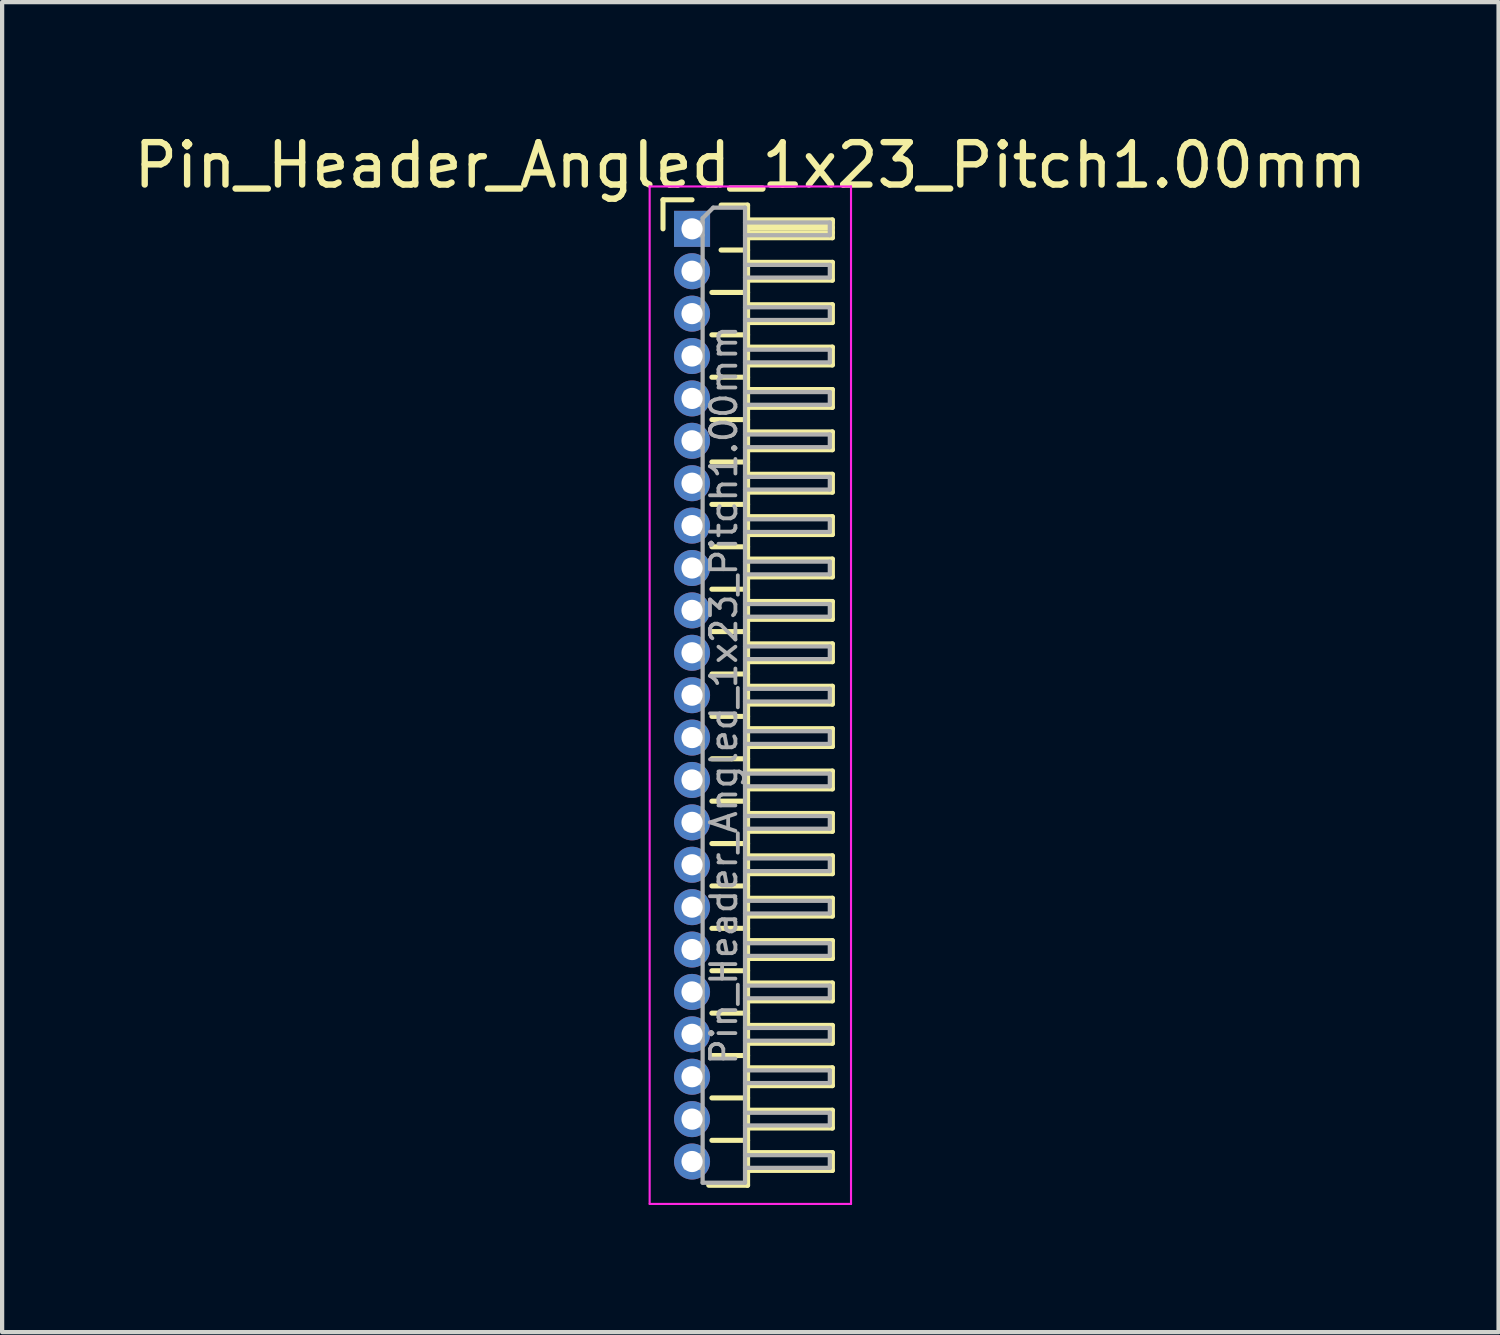
<source format=kicad_pcb>
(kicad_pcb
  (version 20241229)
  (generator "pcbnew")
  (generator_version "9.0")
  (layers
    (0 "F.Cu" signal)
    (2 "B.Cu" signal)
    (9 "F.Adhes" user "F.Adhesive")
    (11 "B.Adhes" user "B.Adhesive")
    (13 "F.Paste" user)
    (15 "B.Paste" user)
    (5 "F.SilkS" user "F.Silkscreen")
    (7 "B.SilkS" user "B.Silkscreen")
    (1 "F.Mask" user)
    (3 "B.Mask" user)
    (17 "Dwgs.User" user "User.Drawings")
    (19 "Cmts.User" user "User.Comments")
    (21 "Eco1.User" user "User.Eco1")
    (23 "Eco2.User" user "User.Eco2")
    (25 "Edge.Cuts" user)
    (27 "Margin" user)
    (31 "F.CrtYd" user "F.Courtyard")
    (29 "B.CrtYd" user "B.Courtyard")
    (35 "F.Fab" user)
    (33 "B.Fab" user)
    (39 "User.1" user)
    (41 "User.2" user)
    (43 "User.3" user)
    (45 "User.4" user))
  (footprint "Pin_Header_Angled_1x23_Pitch1.00mm"
    (layer "F.Cu")
    (at 13.274 2.348)
    (property "Reference" "Pin_Header_Angled_1x23_Pitch1.00mm" (at 1.375 -1.5 0) (layer "F.SilkS") (effects (font (size 1 1) (thickness 0.15))))
    (attr through_hole)
    (fp_line (start -0.685 -0.685) (end 0 -0.685) (stroke (width 0.12) (type solid)) (layer "F.SilkS"))
    (fp_line (start -0.685 0) (end -0.685 -0.685) (stroke (width 0.12) (type solid)) (layer "F.SilkS"))
    (fp_line (start 0.468 1.5) (end 1.31 1.5) (stroke (width 0.12) (type solid)) (layer "F.SilkS"))
    (fp_line (start 0.468 2.5) (end 1.31 2.5) (stroke (width 0.12) (type solid)) (layer "F.SilkS"))
    (fp_line (start 0.468 3.5) (end 1.31 3.5) (stroke (width 0.12) (type solid)) (layer "F.SilkS"))
    (fp_line (start 0.468 4.5) (end 1.31 4.5) (stroke (width 0.12) (type solid)) (layer "F.SilkS"))
    (fp_line (start 0.468 5.5) (end 1.31 5.5) (stroke (width 0.12) (type solid)) (layer "F.SilkS"))
    (fp_line (start 0.468 6.5) (end 1.31 6.5) (stroke (width 0.12) (type solid)) (layer "F.SilkS"))
    (fp_line (start 0.468 7.5) (end 1.31 7.5) (stroke (width 0.12) (type solid)) (layer "F.SilkS"))
    (fp_line (start 0.468 8.5) (end 1.31 8.5) (stroke (width 0.12) (type solid)) (layer "F.SilkS"))
    (fp_line (start 0.468 9.5) (end 1.31 9.5) (stroke (width 0.12) (type solid)) (layer "F.SilkS"))
    (fp_line (start 0.468 10.5) (end 1.31 10.5) (stroke (width 0.12) (type solid)) (layer "F.SilkS"))
    (fp_line (start 0.468 11.5) (end 1.31 11.5) (stroke (width 0.12) (type solid)) (layer "F.SilkS"))
    (fp_line (start 0.468 12.5) (end 1.31 12.5) (stroke (width 0.12) (type solid)) (layer "F.SilkS"))
    (fp_line (start 0.468 13.5) (end 1.31 13.5) (stroke (width 0.12) (type solid)) (layer "F.SilkS"))
    (fp_line (start 0.468 14.5) (end 1.31 14.5) (stroke (width 0.12) (type solid)) (layer "F.SilkS"))
    (fp_line (start 0.468 15.5) (end 1.31 15.5) (stroke (width 0.12) (type solid)) (layer "F.SilkS"))
    (fp_line (start 0.468 16.5) (end 1.31 16.5) (stroke (width 0.12) (type solid)) (layer "F.SilkS"))
    (fp_line (start 0.468 17.5) (end 1.31 17.5) (stroke (width 0.12) (type solid)) (layer "F.SilkS"))
    (fp_line (start 0.468 18.5) (end 1.31 18.5) (stroke (width 0.12) (type solid)) (layer "F.SilkS"))
    (fp_line (start 0.468 19.5) (end 1.31 19.5) (stroke (width 0.12) (type solid)) (layer "F.SilkS"))
    (fp_line (start 0.468 20.5) (end 1.31 20.5) (stroke (width 0.12) (type solid)) (layer "F.SilkS"))
    (fp_line (start 0.468 21.5) (end 1.31 21.5) (stroke (width 0.12) (type solid)) (layer "F.SilkS"))
    (fp_line (start 0.685 -0.56) (end 1.31 -0.56) (stroke (width 0.12) (type solid)) (layer "F.SilkS"))
    (fp_line (start 0.685 0.5) (end 1.31 0.5) (stroke (width 0.12) (type solid)) (layer "F.SilkS"))
    (fp_line (start 1.31 -0.56) (end 1.31 22.56) (stroke (width 0.12) (type solid)) (layer "F.SilkS"))
    (fp_line (start 1.31 -0.21) (end 3.31 -0.21) (stroke (width 0.12) (type solid)) (layer "F.SilkS"))
    (fp_line (start 1.31 -0.15) (end 3.31 -0.15) (stroke (width 0.12) (type solid)) (layer "F.SilkS"))
    (fp_line (start 1.31 -0.03) (end 3.31 -0.03) (stroke (width 0.12) (type solid)) (layer "F.SilkS"))
    (fp_line (start 1.31 0.09) (end 3.31 0.09) (stroke (width 0.12) (type solid)) (layer "F.SilkS"))
    (fp_line (start 1.31 0.79) (end 3.31 0.79) (stroke (width 0.12) (type solid)) (layer "F.SilkS"))
    (fp_line (start 1.31 1.79) (end 3.31 1.79) (stroke (width 0.12) (type solid)) (layer "F.SilkS"))
    (fp_line (start 1.31 2.79) (end 3.31 2.79) (stroke (width 0.12) (type solid)) (layer "F.SilkS"))
    (fp_line (start 1.31 3.79) (end 3.31 3.79) (stroke (width 0.12) (type solid)) (layer "F.SilkS"))
    (fp_line (start 1.31 4.79) (end 3.31 4.79) (stroke (width 0.12) (type solid)) (layer "F.SilkS"))
    (fp_line (start 1.31 5.79) (end 3.31 5.79) (stroke (width 0.12) (type solid)) (layer "F.SilkS"))
    (fp_line (start 1.31 6.79) (end 3.31 6.79) (stroke (width 0.12) (type solid)) (layer "F.SilkS"))
    (fp_line (start 1.31 7.79) (end 3.31 7.79) (stroke (width 0.12) (type solid)) (layer "F.SilkS"))
    (fp_line (start 1.31 8.79) (end 3.31 8.79) (stroke (width 0.12) (type solid)) (layer "F.SilkS"))
    (fp_line (start 1.31 9.79) (end 3.31 9.79) (stroke (width 0.12) (type solid)) (layer "F.SilkS"))
    (fp_line (start 1.31 10.79) (end 3.31 10.79) (stroke (width 0.12) (type solid)) (layer "F.SilkS"))
    (fp_line (start 1.31 11.79) (end 3.31 11.79) (stroke (width 0.12) (type solid)) (layer "F.SilkS"))
    (fp_line (start 1.31 12.79) (end 3.31 12.79) (stroke (width 0.12) (type solid)) (layer "F.SilkS"))
    (fp_line (start 1.31 13.79) (end 3.31 13.79) (stroke (width 0.12) (type solid)) (layer "F.SilkS"))
    (fp_line (start 1.31 14.79) (end 3.31 14.79) (stroke (width 0.12) (type solid)) (layer "F.SilkS"))
    (fp_line (start 1.31 15.79) (end 3.31 15.79) (stroke (width 0.12) (type solid)) (layer "F.SilkS"))
    (fp_line (start 1.31 16.79) (end 3.31 16.79) (stroke (width 0.12) (type solid)) (layer "F.SilkS"))
    (fp_line (start 1.31 17.79) (end 3.31 17.79) (stroke (width 0.12) (type solid)) (layer "F.SilkS"))
    (fp_line (start 1.31 18.79) (end 3.31 18.79) (stroke (width 0.12) (type solid)) (layer "F.SilkS"))
    (fp_line (start 1.31 19.79) (end 3.31 19.79) (stroke (width 0.12) (type solid)) (layer "F.SilkS"))
    (fp_line (start 1.31 20.79) (end 3.31 20.79) (stroke (width 0.12) (type solid)) (layer "F.SilkS"))
    (fp_line (start 1.31 21.79) (end 3.31 21.79) (stroke (width 0.12) (type solid)) (layer "F.SilkS"))
    (fp_line (start 1.31 22.56) (end 0.394 22.56) (stroke (width 0.12) (type solid)) (layer "F.SilkS"))
    (fp_line (start 3.31 -0.21) (end 3.31 0.21) (stroke (width 0.12) (type solid)) (layer "F.SilkS"))
    (fp_line (start 3.31 0.21) (end 1.31 0.21) (stroke (width 0.12) (type solid)) (layer "F.SilkS"))
    (fp_line (start 3.31 0.79) (end 3.31 1.21) (stroke (width 0.12) (type solid)) (layer "F.SilkS"))
    (fp_line (start 3.31 1.21) (end 1.31 1.21) (stroke (width 0.12) (type solid)) (layer "F.SilkS"))
    (fp_line (start 3.31 1.79) (end 3.31 2.21) (stroke (width 0.12) (type solid)) (layer "F.SilkS"))
    (fp_line (start 3.31 2.21) (end 1.31 2.21) (stroke (width 0.12) (type solid)) (layer "F.SilkS"))
    (fp_line (start 3.31 2.79) (end 3.31 3.21) (stroke (width 0.12) (type solid)) (layer "F.SilkS"))
    (fp_line (start 3.31 3.21) (end 1.31 3.21) (stroke (width 0.12) (type solid)) (layer "F.SilkS"))
    (fp_line (start 3.31 3.79) (end 3.31 4.21) (stroke (width 0.12) (type solid)) (layer "F.SilkS"))
    (fp_line (start 3.31 4.21) (end 1.31 4.21) (stroke (width 0.12) (type solid)) (layer "F.SilkS"))
    (fp_line (start 3.31 4.79) (end 3.31 5.21) (stroke (width 0.12) (type solid)) (layer "F.SilkS"))
    (fp_line (start 3.31 5.21) (end 1.31 5.21) (stroke (width 0.12) (type solid)) (layer "F.SilkS"))
    (fp_line (start 3.31 5.79) (end 3.31 6.21) (stroke (width 0.12) (type solid)) (layer "F.SilkS"))
    (fp_line (start 3.31 6.21) (end 1.31 6.21) (stroke (width 0.12) (type solid)) (layer "F.SilkS"))
    (fp_line (start 3.31 6.79) (end 3.31 7.21) (stroke (width 0.12) (type solid)) (layer "F.SilkS"))
    (fp_line (start 3.31 7.21) (end 1.31 7.21) (stroke (width 0.12) (type solid)) (layer "F.SilkS"))
    (fp_line (start 3.31 7.79) (end 3.31 8.21) (stroke (width 0.12) (type solid)) (layer "F.SilkS"))
    (fp_line (start 3.31 8.21) (end 1.31 8.21) (stroke (width 0.12) (type solid)) (layer "F.SilkS"))
    (fp_line (start 3.31 8.79) (end 3.31 9.21) (stroke (width 0.12) (type solid)) (layer "F.SilkS"))
    (fp_line (start 3.31 9.21) (end 1.31 9.21) (stroke (width 0.12) (type solid)) (layer "F.SilkS"))
    (fp_line (start 3.31 9.79) (end 3.31 10.21) (stroke (width 0.12) (type solid)) (layer "F.SilkS"))
    (fp_line (start 3.31 10.21) (end 1.31 10.21) (stroke (width 0.12) (type solid)) (layer "F.SilkS"))
    (fp_line (start 3.31 10.79) (end 3.31 11.21) (stroke (width 0.12) (type solid)) (layer "F.SilkS"))
    (fp_line (start 3.31 11.21) (end 1.31 11.21) (stroke (width 0.12) (type solid)) (layer "F.SilkS"))
    (fp_line (start 3.31 11.79) (end 3.31 12.21) (stroke (width 0.12) (type solid)) (layer "F.SilkS"))
    (fp_line (start 3.31 12.21) (end 1.31 12.21) (stroke (width 0.12) (type solid)) (layer "F.SilkS"))
    (fp_line (start 3.31 12.79) (end 3.31 13.21) (stroke (width 0.12) (type solid)) (layer "F.SilkS"))
    (fp_line (start 3.31 13.21) (end 1.31 13.21) (stroke (width 0.12) (type solid)) (layer "F.SilkS"))
    (fp_line (start 3.31 13.79) (end 3.31 14.21) (stroke (width 0.12) (type solid)) (layer "F.SilkS"))
    (fp_line (start 3.31 14.21) (end 1.31 14.21) (stroke (width 0.12) (type solid)) (layer "F.SilkS"))
    (fp_line (start 3.31 14.79) (end 3.31 15.21) (stroke (width 0.12) (type solid)) (layer "F.SilkS"))
    (fp_line (start 3.31 15.21) (end 1.31 15.21) (stroke (width 0.12) (type solid)) (layer "F.SilkS"))
    (fp_line (start 3.31 15.79) (end 3.31 16.21) (stroke (width 0.12) (type solid)) (layer "F.SilkS"))
    (fp_line (start 3.31 16.21) (end 1.31 16.21) (stroke (width 0.12) (type solid)) (layer "F.SilkS"))
    (fp_line (start 3.31 16.79) (end 3.31 17.21) (stroke (width 0.12) (type solid)) (layer "F.SilkS"))
    (fp_line (start 3.31 17.21) (end 1.31 17.21) (stroke (width 0.12) (type solid)) (layer "F.SilkS"))
    (fp_line (start 3.31 17.79) (end 3.31 18.21) (stroke (width 0.12) (type solid)) (layer "F.SilkS"))
    (fp_line (start 3.31 18.21) (end 1.31 18.21) (stroke (width 0.12) (type solid)) (layer "F.SilkS"))
    (fp_line (start 3.31 18.79) (end 3.31 19.21) (stroke (width 0.12) (type solid)) (layer "F.SilkS"))
    (fp_line (start 3.31 19.21) (end 1.31 19.21) (stroke (width 0.12) (type solid)) (layer "F.SilkS"))
    (fp_line (start 3.31 19.79) (end 3.31 20.21) (stroke (width 0.12) (type solid)) (layer "F.SilkS"))
    (fp_line (start 3.31 20.21) (end 1.31 20.21) (stroke (width 0.12) (type solid)) (layer "F.SilkS"))
    (fp_line (start 3.31 20.79) (end 3.31 21.21) (stroke (width 0.12) (type solid)) (layer "F.SilkS"))
    (fp_line (start 3.31 21.21) (end 1.31 21.21) (stroke (width 0.12) (type solid)) (layer "F.SilkS"))
    (fp_line (start 3.31 21.79) (end 3.31 22.21) (stroke (width 0.12) (type solid)) (layer "F.SilkS"))
    (fp_line (start 3.31 22.21) (end 1.31 22.21) (stroke (width 0.12) (type solid)) (layer "F.SilkS"))
    (fp_line (start -1 -1) (end -1 23) (stroke (width 0.05) (type solid)) (layer "F.CrtYd"))
    (fp_line (start -1 23) (end 3.75 23) (stroke (width 0.05) (type solid)) (layer "F.CrtYd"))
    (fp_line (start 3.75 -1) (end -1 -1) (stroke (width 0.05) (type solid)) (layer "F.CrtYd"))
    (fp_line (start 3.75 23) (end 3.75 -1) (stroke (width 0.05) (type solid)) (layer "F.CrtYd"))
    (fp_line (start -0.15 -0.15) (end -0.15 0.15) (stroke (width 0.1) (type solid)) (layer "F.Fab"))
    (fp_line (start -0.15 -0.15) (end 0.25 -0.15) (stroke (width 0.1) (type solid)) (layer "F.Fab"))
    (fp_line (start -0.15 0.15) (end 0.25 0.15) (stroke (width 0.1) (type solid)) (layer "F.Fab"))
    (fp_line (start -0.15 0.85) (end -0.15 1.15) (stroke (width 0.1) (type solid)) (layer "F.Fab"))
    (fp_line (start -0.15 0.85) (end 0.25 0.85) (stroke (width 0.1) (type solid)) (layer "F.Fab"))
    (fp_line (start -0.15 1.15) (end 0.25 1.15) (stroke (width 0.1) (type solid)) (layer "F.Fab"))
    (fp_line (start -0.15 1.85) (end -0.15 2.15) (stroke (width 0.1) (type solid)) (layer "F.Fab"))
    (fp_line (start -0.15 1.85) (end 0.25 1.85) (stroke (width 0.1) (type solid)) (layer "F.Fab"))
    (fp_line (start -0.15 2.15) (end 0.25 2.15) (stroke (width 0.1) (type solid)) (layer "F.Fab"))
    (fp_line (start -0.15 2.85) (end -0.15 3.15) (stroke (width 0.1) (type solid)) (layer "F.Fab"))
    (fp_line (start -0.15 2.85) (end 0.25 2.85) (stroke (width 0.1) (type solid)) (layer "F.Fab"))
    (fp_line (start -0.15 3.15) (end 0.25 3.15) (stroke (width 0.1) (type solid)) (layer "F.Fab"))
    (fp_line (start -0.15 3.85) (end -0.15 4.15) (stroke (width 0.1) (type solid)) (layer "F.Fab"))
    (fp_line (start -0.15 3.85) (end 0.25 3.85) (stroke (width 0.1) (type solid)) (layer "F.Fab"))
    (fp_line (start -0.15 4.15) (end 0.25 4.15) (stroke (width 0.1) (type solid)) (layer "F.Fab"))
    (fp_line (start -0.15 4.85) (end -0.15 5.15) (stroke (width 0.1) (type solid)) (layer "F.Fab"))
    (fp_line (start -0.15 4.85) (end 0.25 4.85) (stroke (width 0.1) (type solid)) (layer "F.Fab"))
    (fp_line (start -0.15 5.15) (end 0.25 5.15) (stroke (width 0.1) (type solid)) (layer "F.Fab"))
    (fp_line (start -0.15 5.85) (end -0.15 6.15) (stroke (width 0.1) (type solid)) (layer "F.Fab"))
    (fp_line (start -0.15 5.85) (end 0.25 5.85) (stroke (width 0.1) (type solid)) (layer "F.Fab"))
    (fp_line (start -0.15 6.15) (end 0.25 6.15) (stroke (width 0.1) (type solid)) (layer "F.Fab"))
    (fp_line (start -0.15 6.85) (end -0.15 7.15) (stroke (width 0.1) (type solid)) (layer "F.Fab"))
    (fp_line (start -0.15 6.85) (end 0.25 6.85) (stroke (width 0.1) (type solid)) (layer "F.Fab"))
    (fp_line (start -0.15 7.15) (end 0.25 7.15) (stroke (width 0.1) (type solid)) (layer "F.Fab"))
    (fp_line (start -0.15 7.85) (end -0.15 8.15) (stroke (width 0.1) (type solid)) (layer "F.Fab"))
    (fp_line (start -0.15 7.85) (end 0.25 7.85) (stroke (width 0.1) (type solid)) (layer "F.Fab"))
    (fp_line (start -0.15 8.15) (end 0.25 8.15) (stroke (width 0.1) (type solid)) (layer "F.Fab"))
    (fp_line (start -0.15 8.85) (end -0.15 9.15) (stroke (width 0.1) (type solid)) (layer "F.Fab"))
    (fp_line (start -0.15 8.85) (end 0.25 8.85) (stroke (width 0.1) (type solid)) (layer "F.Fab"))
    (fp_line (start -0.15 9.15) (end 0.25 9.15) (stroke (width 0.1) (type solid)) (layer "F.Fab"))
    (fp_line (start -0.15 9.85) (end -0.15 10.15) (stroke (width 0.1) (type solid)) (layer "F.Fab"))
    (fp_line (start -0.15 9.85) (end 0.25 9.85) (stroke (width 0.1) (type solid)) (layer "F.Fab"))
    (fp_line (start -0.15 10.15) (end 0.25 10.15) (stroke (width 0.1) (type solid)) (layer "F.Fab"))
    (fp_line (start -0.15 10.85) (end -0.15 11.15) (stroke (width 0.1) (type solid)) (layer "F.Fab"))
    (fp_line (start -0.15 10.85) (end 0.25 10.85) (stroke (width 0.1) (type solid)) (layer "F.Fab"))
    (fp_line (start -0.15 11.15) (end 0.25 11.15) (stroke (width 0.1) (type solid)) (layer "F.Fab"))
    (fp_line (start -0.15 11.85) (end -0.15 12.15) (stroke (width 0.1) (type solid)) (layer "F.Fab"))
    (fp_line (start -0.15 11.85) (end 0.25 11.85) (stroke (width 0.1) (type solid)) (layer "F.Fab"))
    (fp_line (start -0.15 12.15) (end 0.25 12.15) (stroke (width 0.1) (type solid)) (layer "F.Fab"))
    (fp_line (start -0.15 12.85) (end -0.15 13.15) (stroke (width 0.1) (type solid)) (layer "F.Fab"))
    (fp_line (start -0.15 12.85) (end 0.25 12.85) (stroke (width 0.1) (type solid)) (layer "F.Fab"))
    (fp_line (start -0.15 13.15) (end 0.25 13.15) (stroke (width 0.1) (type solid)) (layer "F.Fab"))
    (fp_line (start -0.15 13.85) (end -0.15 14.15) (stroke (width 0.1) (type solid)) (layer "F.Fab"))
    (fp_line (start -0.15 13.85) (end 0.25 13.85) (stroke (width 0.1) (type solid)) (layer "F.Fab"))
    (fp_line (start -0.15 14.15) (end 0.25 14.15) (stroke (width 0.1) (type solid)) (layer "F.Fab"))
    (fp_line (start -0.15 14.85) (end -0.15 15.15) (stroke (width 0.1) (type solid)) (layer "F.Fab"))
    (fp_line (start -0.15 14.85) (end 0.25 14.85) (stroke (width 0.1) (type solid)) (layer "F.Fab"))
    (fp_line (start -0.15 15.15) (end 0.25 15.15) (stroke (width 0.1) (type solid)) (layer "F.Fab"))
    (fp_line (start -0.15 15.85) (end -0.15 16.15) (stroke (width 0.1) (type solid)) (layer "F.Fab"))
    (fp_line (start -0.15 15.85) (end 0.25 15.85) (stroke (width 0.1) (type solid)) (layer "F.Fab"))
    (fp_line (start -0.15 16.15) (end 0.25 16.15) (stroke (width 0.1) (type solid)) (layer "F.Fab"))
    (fp_line (start -0.15 16.85) (end -0.15 17.15) (stroke (width 0.1) (type solid)) (layer "F.Fab"))
    (fp_line (start -0.15 16.85) (end 0.25 16.85) (stroke (width 0.1) (type solid)) (layer "F.Fab"))
    (fp_line (start -0.15 17.15) (end 0.25 17.15) (stroke (width 0.1) (type solid)) (layer "F.Fab"))
    (fp_line (start -0.15 17.85) (end -0.15 18.15) (stroke (width 0.1) (type solid)) (layer "F.Fab"))
    (fp_line (start -0.15 17.85) (end 0.25 17.85) (stroke (width 0.1) (type solid)) (layer "F.Fab"))
    (fp_line (start -0.15 18.15) (end 0.25 18.15) (stroke (width 0.1) (type solid)) (layer "F.Fab"))
    (fp_line (start -0.15 18.85) (end -0.15 19.15) (stroke (width 0.1) (type solid)) (layer "F.Fab"))
    (fp_line (start -0.15 18.85) (end 0.25 18.85) (stroke (width 0.1) (type solid)) (layer "F.Fab"))
    (fp_line (start -0.15 19.15) (end 0.25 19.15) (stroke (width 0.1) (type solid)) (layer "F.Fab"))
    (fp_line (start -0.15 19.85) (end -0.15 20.15) (stroke (width 0.1) (type solid)) (layer "F.Fab"))
    (fp_line (start -0.15 19.85) (end 0.25 19.85) (stroke (width 0.1) (type solid)) (layer "F.Fab"))
    (fp_line (start -0.15 20.15) (end 0.25 20.15) (stroke (width 0.1) (type solid)) (layer "F.Fab"))
    (fp_line (start -0.15 20.85) (end -0.15 21.15) (stroke (width 0.1) (type solid)) (layer "F.Fab"))
    (fp_line (start -0.15 20.85) (end 0.25 20.85) (stroke (width 0.1) (type solid)) (layer "F.Fab"))
    (fp_line (start -0.15 21.15) (end 0.25 21.15) (stroke (width 0.1) (type solid)) (layer "F.Fab"))
    (fp_line (start -0.15 21.85) (end -0.15 22.15) (stroke (width 0.1) (type solid)) (layer "F.Fab"))
    (fp_line (start -0.15 21.85) (end 0.25 21.85) (stroke (width 0.1) (type solid)) (layer "F.Fab"))
    (fp_line (start -0.15 22.15) (end 0.25 22.15) (stroke (width 0.1) (type solid)) (layer "F.Fab"))
    (fp_line (start 0.25 -0.25) (end 0.5 -0.5) (stroke (width 0.1) (type solid)) (layer "F.Fab"))
    (fp_line (start 0.25 22.5) (end 0.25 -0.25) (stroke (width 0.1) (type solid)) (layer "F.Fab"))
    (fp_line (start 0.5 -0.5) (end 1.25 -0.5) (stroke (width 0.1) (type solid)) (layer "F.Fab"))
    (fp_line (start 1.25 -0.5) (end 1.25 22.5) (stroke (width 0.1) (type solid)) (layer "F.Fab"))
    (fp_line (start 1.25 -0.15) (end 3.25 -0.15) (stroke (width 0.1) (type solid)) (layer "F.Fab"))
    (fp_line (start 1.25 0.15) (end 3.25 0.15) (stroke (width 0.1) (type solid)) (layer "F.Fab"))
    (fp_line (start 1.25 0.85) (end 3.25 0.85) (stroke (width 0.1) (type solid)) (layer "F.Fab"))
    (fp_line (start 1.25 1.15) (end 3.25 1.15) (stroke (width 0.1) (type solid)) (layer "F.Fab"))
    (fp_line (start 1.25 1.85) (end 3.25 1.85) (stroke (width 0.1) (type solid)) (layer "F.Fab"))
    (fp_line (start 1.25 2.15) (end 3.25 2.15) (stroke (width 0.1) (type solid)) (layer "F.Fab"))
    (fp_line (start 1.25 2.85) (end 3.25 2.85) (stroke (width 0.1) (type solid)) (layer "F.Fab"))
    (fp_line (start 1.25 3.15) (end 3.25 3.15) (stroke (width 0.1) (type solid)) (layer "F.Fab"))
    (fp_line (start 1.25 3.85) (end 3.25 3.85) (stroke (width 0.1) (type solid)) (layer "F.Fab"))
    (fp_line (start 1.25 4.15) (end 3.25 4.15) (stroke (width 0.1) (type solid)) (layer "F.Fab"))
    (fp_line (start 1.25 4.85) (end 3.25 4.85) (stroke (width 0.1) (type solid)) (layer "F.Fab"))
    (fp_line (start 1.25 5.15) (end 3.25 5.15) (stroke (width 0.1) (type solid)) (layer "F.Fab"))
    (fp_line (start 1.25 5.85) (end 3.25 5.85) (stroke (width 0.1) (type solid)) (layer "F.Fab"))
    (fp_line (start 1.25 6.15) (end 3.25 6.15) (stroke (width 0.1) (type solid)) (layer "F.Fab"))
    (fp_line (start 1.25 6.85) (end 3.25 6.85) (stroke (width 0.1) (type solid)) (layer "F.Fab"))
    (fp_line (start 1.25 7.15) (end 3.25 7.15) (stroke (width 0.1) (type solid)) (layer "F.Fab"))
    (fp_line (start 1.25 7.85) (end 3.25 7.85) (stroke (width 0.1) (type solid)) (layer "F.Fab"))
    (fp_line (start 1.25 8.15) (end 3.25 8.15) (stroke (width 0.1) (type solid)) (layer "F.Fab"))
    (fp_line (start 1.25 8.85) (end 3.25 8.85) (stroke (width 0.1) (type solid)) (layer "F.Fab"))
    (fp_line (start 1.25 9.15) (end 3.25 9.15) (stroke (width 0.1) (type solid)) (layer "F.Fab"))
    (fp_line (start 1.25 9.85) (end 3.25 9.85) (stroke (width 0.1) (type solid)) (layer "F.Fab"))
    (fp_line (start 1.25 10.15) (end 3.25 10.15) (stroke (width 0.1) (type solid)) (layer "F.Fab"))
    (fp_line (start 1.25 10.85) (end 3.25 10.85) (stroke (width 0.1) (type solid)) (layer "F.Fab"))
    (fp_line (start 1.25 11.15) (end 3.25 11.15) (stroke (width 0.1) (type solid)) (layer "F.Fab"))
    (fp_line (start 1.25 11.85) (end 3.25 11.85) (stroke (width 0.1) (type solid)) (layer "F.Fab"))
    (fp_line (start 1.25 12.15) (end 3.25 12.15) (stroke (width 0.1) (type solid)) (layer "F.Fab"))
    (fp_line (start 1.25 12.85) (end 3.25 12.85) (stroke (width 0.1) (type solid)) (layer "F.Fab"))
    (fp_line (start 1.25 13.15) (end 3.25 13.15) (stroke (width 0.1) (type solid)) (layer "F.Fab"))
    (fp_line (start 1.25 13.85) (end 3.25 13.85) (stroke (width 0.1) (type solid)) (layer "F.Fab"))
    (fp_line (start 1.25 14.15) (end 3.25 14.15) (stroke (width 0.1) (type solid)) (layer "F.Fab"))
    (fp_line (start 1.25 14.85) (end 3.25 14.85) (stroke (width 0.1) (type solid)) (layer "F.Fab"))
    (fp_line (start 1.25 15.15) (end 3.25 15.15) (stroke (width 0.1) (type solid)) (layer "F.Fab"))
    (fp_line (start 1.25 15.85) (end 3.25 15.85) (stroke (width 0.1) (type solid)) (layer "F.Fab"))
    (fp_line (start 1.25 16.15) (end 3.25 16.15) (stroke (width 0.1) (type solid)) (layer "F.Fab"))
    (fp_line (start 1.25 16.85) (end 3.25 16.85) (stroke (width 0.1) (type solid)) (layer "F.Fab"))
    (fp_line (start 1.25 17.15) (end 3.25 17.15) (stroke (width 0.1) (type solid)) (layer "F.Fab"))
    (fp_line (start 1.25 17.85) (end 3.25 17.85) (stroke (width 0.1) (type solid)) (layer "F.Fab"))
    (fp_line (start 1.25 18.15) (end 3.25 18.15) (stroke (width 0.1) (type solid)) (layer "F.Fab"))
    (fp_line (start 1.25 18.85) (end 3.25 18.85) (stroke (width 0.1) (type solid)) (layer "F.Fab"))
    (fp_line (start 1.25 19.15) (end 3.25 19.15) (stroke (width 0.1) (type solid)) (layer "F.Fab"))
    (fp_line (start 1.25 19.85) (end 3.25 19.85) (stroke (width 0.1) (type solid)) (layer "F.Fab"))
    (fp_line (start 1.25 20.15) (end 3.25 20.15) (stroke (width 0.1) (type solid)) (layer "F.Fab"))
    (fp_line (start 1.25 20.85) (end 3.25 20.85) (stroke (width 0.1) (type solid)) (layer "F.Fab"))
    (fp_line (start 1.25 21.15) (end 3.25 21.15) (stroke (width 0.1) (type solid)) (layer "F.Fab"))
    (fp_line (start 1.25 21.85) (end 3.25 21.85) (stroke (width 0.1) (type solid)) (layer "F.Fab"))
    (fp_line (start 1.25 22.15) (end 3.25 22.15) (stroke (width 0.1) (type solid)) (layer "F.Fab"))
    (fp_line (start 1.25 22.5) (end 0.25 22.5) (stroke (width 0.1) (type solid)) (layer "F.Fab"))
    (fp_line (start 3.25 -0.15) (end 3.25 0.15) (stroke (width 0.1) (type solid)) (layer "F.Fab"))
    (fp_line (start 3.25 0.85) (end 3.25 1.15) (stroke (width 0.1) (type solid)) (layer "F.Fab"))
    (fp_line (start 3.25 1.85) (end 3.25 2.15) (stroke (width 0.1) (type solid)) (layer "F.Fab"))
    (fp_line (start 3.25 2.85) (end 3.25 3.15) (stroke (width 0.1) (type solid)) (layer "F.Fab"))
    (fp_line (start 3.25 3.85) (end 3.25 4.15) (stroke (width 0.1) (type solid)) (layer "F.Fab"))
    (fp_line (start 3.25 4.85) (end 3.25 5.15) (stroke (width 0.1) (type solid)) (layer "F.Fab"))
    (fp_line (start 3.25 5.85) (end 3.25 6.15) (stroke (width 0.1) (type solid)) (layer "F.Fab"))
    (fp_line (start 3.25 6.85) (end 3.25 7.15) (stroke (width 0.1) (type solid)) (layer "F.Fab"))
    (fp_line (start 3.25 7.85) (end 3.25 8.15) (stroke (width 0.1) (type solid)) (layer "F.Fab"))
    (fp_line (start 3.25 8.85) (end 3.25 9.15) (stroke (width 0.1) (type solid)) (layer "F.Fab"))
    (fp_line (start 3.25 9.85) (end 3.25 10.15) (stroke (width 0.1) (type solid)) (layer "F.Fab"))
    (fp_line (start 3.25 10.85) (end 3.25 11.15) (stroke (width 0.1) (type solid)) (layer "F.Fab"))
    (fp_line (start 3.25 11.85) (end 3.25 12.15) (stroke (width 0.1) (type solid)) (layer "F.Fab"))
    (fp_line (start 3.25 12.85) (end 3.25 13.15) (stroke (width 0.1) (type solid)) (layer "F.Fab"))
    (fp_line (start 3.25 13.85) (end 3.25 14.15) (stroke (width 0.1) (type solid)) (layer "F.Fab"))
    (fp_line (start 3.25 14.85) (end 3.25 15.15) (stroke (width 0.1) (type solid)) (layer "F.Fab"))
    (fp_line (start 3.25 15.85) (end 3.25 16.15) (stroke (width 0.1) (type solid)) (layer "F.Fab"))
    (fp_line (start 3.25 16.85) (end 3.25 17.15) (stroke (width 0.1) (type solid)) (layer "F.Fab"))
    (fp_line (start 3.25 17.85) (end 3.25 18.15) (stroke (width 0.1) (type solid)) (layer "F.Fab"))
    (fp_line (start 3.25 18.85) (end 3.25 19.15) (stroke (width 0.1) (type solid)) (layer "F.Fab"))
    (fp_line (start 3.25 19.85) (end 3.25 20.15) (stroke (width 0.1) (type solid)) (layer "F.Fab"))
    (fp_line (start 3.25 20.85) (end 3.25 21.15) (stroke (width 0.1) (type solid)) (layer "F.Fab"))
    (fp_line (start 3.25 21.85) (end 3.25 22.15) (stroke (width 0.1) (type solid)) (layer "F.Fab"))
    (fp_text user "${REFERENCE}" (at 0.75 11 90) (layer "F.Fab") (effects (font (size 0.6 0.6) (thickness 0.09))))
    (pad "1" thru_hole rect (at 0 0) (size 0.85 0.85) (drill 0.5) (layers "*.Cu" "*.Mask"))
    (pad "2" thru_hole oval (at 0 1) (size 0.85 0.85) (drill 0.5) (layers "*.Cu" "*.Mask"))
    (pad "3" thru_hole oval (at 0 2) (size 0.85 0.85) (drill 0.5) (layers "*.Cu" "*.Mask"))
    (pad "4" thru_hole oval (at 0 3) (size 0.85 0.85) (drill 0.5) (layers "*.Cu" "*.Mask"))
    (pad "5" thru_hole oval (at 0 4) (size 0.85 0.85) (drill 0.5) (layers "*.Cu" "*.Mask"))
    (pad "6" thru_hole oval (at 0 5) (size 0.85 0.85) (drill 0.5) (layers "*.Cu" "*.Mask"))
    (pad "7" thru_hole oval (at 0 6) (size 0.85 0.85) (drill 0.5) (layers "*.Cu" "*.Mask"))
    (pad "8" thru_hole oval (at 0 7) (size 0.85 0.85) (drill 0.5) (layers "*.Cu" "*.Mask"))
    (pad "9" thru_hole oval (at 0 8) (size 0.85 0.85) (drill 0.5) (layers "*.Cu" "*.Mask"))
    (pad "10" thru_hole oval (at 0 9) (size 0.85 0.85) (drill 0.5) (layers "*.Cu" "*.Mask"))
    (pad "11" thru_hole oval (at 0 10) (size 0.85 0.85) (drill 0.5) (layers "*.Cu" "*.Mask"))
    (pad "12" thru_hole oval (at 0 11) (size 0.85 0.85) (drill 0.5) (layers "*.Cu" "*.Mask"))
    (pad "13" thru_hole oval (at 0 12) (size 0.85 0.85) (drill 0.5) (layers "*.Cu" "*.Mask"))
    (pad "14" thru_hole oval (at 0 13) (size 0.85 0.85) (drill 0.5) (layers "*.Cu" "*.Mask"))
    (pad "15" thru_hole oval (at 0 14) (size 0.85 0.85) (drill 0.5) (layers "*.Cu" "*.Mask"))
    (pad "16" thru_hole oval (at 0 15) (size 0.85 0.85) (drill 0.5) (layers "*.Cu" "*.Mask"))
    (pad "17" thru_hole oval (at 0 16) (size 0.85 0.85) (drill 0.5) (layers "*.Cu" "*.Mask"))
    (pad "18" thru_hole oval (at 0 17) (size 0.85 0.85) (drill 0.5) (layers "*.Cu" "*.Mask"))
    (pad "19" thru_hole oval (at 0 18) (size 0.85 0.85) (drill 0.5) (layers "*.Cu" "*.Mask"))
    (pad "20" thru_hole oval (at 0 19) (size 0.85 0.85) (drill 0.5) (layers "*.Cu" "*.Mask"))
    (pad "21" thru_hole oval (at 0 20) (size 0.85 0.85) (drill 0.5) (layers "*.Cu" "*.Mask"))
    (pad "22" thru_hole oval (at 0 21) (size 0.85 0.85) (drill 0.5) (layers "*.Cu" "*.Mask"))
    (pad "23" thru_hole oval (at 0 22) (size 0.85 0.85) (drill 0.5) (layers "*.Cu" "*.Mask")))
  (gr_rect
    (start -3 -3)
    (end 32.298 28.373)
    (stroke (width 0.1) (type default))
    (fill no)
    (layer "Edge.Cuts")))
</source>
